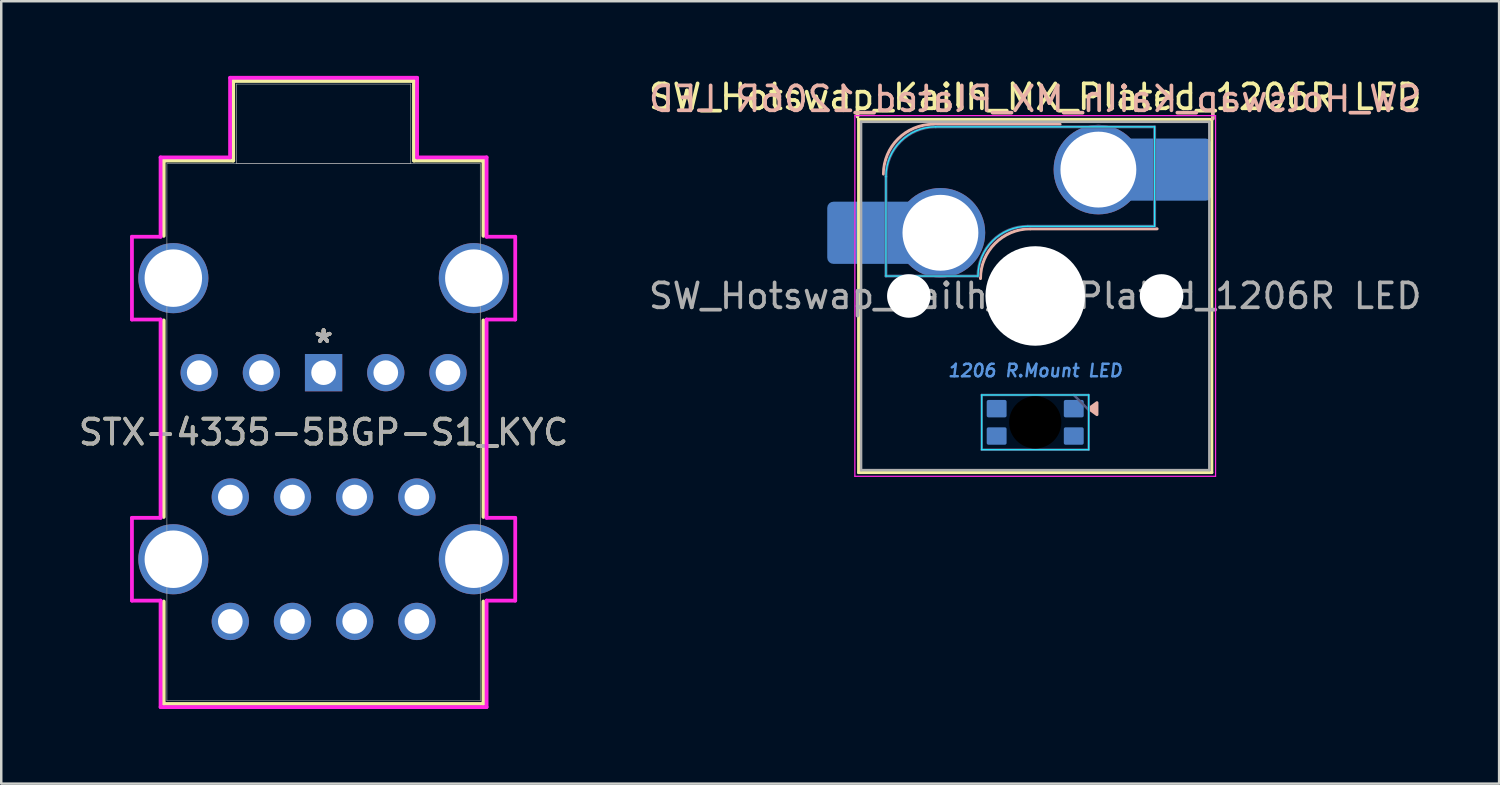
<source format=kicad_pcb>
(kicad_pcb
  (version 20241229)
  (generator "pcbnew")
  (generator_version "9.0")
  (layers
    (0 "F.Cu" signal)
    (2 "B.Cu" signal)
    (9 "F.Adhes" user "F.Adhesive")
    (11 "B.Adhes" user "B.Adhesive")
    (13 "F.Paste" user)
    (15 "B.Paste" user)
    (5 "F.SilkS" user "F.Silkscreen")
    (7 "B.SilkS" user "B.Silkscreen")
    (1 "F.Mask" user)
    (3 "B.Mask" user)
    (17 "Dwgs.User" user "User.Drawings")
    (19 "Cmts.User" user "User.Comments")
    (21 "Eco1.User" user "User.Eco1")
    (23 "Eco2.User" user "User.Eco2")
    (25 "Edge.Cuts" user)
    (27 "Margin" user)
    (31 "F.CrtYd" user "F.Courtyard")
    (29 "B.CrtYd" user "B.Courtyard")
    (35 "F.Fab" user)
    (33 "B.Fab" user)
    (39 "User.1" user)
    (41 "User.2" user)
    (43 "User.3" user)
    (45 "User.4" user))
  (footprint "STX-4335-5BGP-S1_KYC"
    (layer "F.Cu")
    (at 9.958 11.931)
    (property "Reference" "STX-4335-5BGP-S1_KYC" (at 0 2.395 0) (unlocked yes) (layer "F.SilkS") (effects (font (size 1 1) (thickness 0.15))))
    (attr through_hole)
    (fp_line (start -6.426 -8.527) (end -6.426 -5.499) (stroke (width 0.152) (type solid)) (layer "F.SilkS"))
    (fp_line (start -6.426 -2.101) (end -6.426 5.801) (stroke (width 0.152) (type solid)) (layer "F.SilkS"))
    (fp_line (start -6.426 9.199) (end -6.426 13.317) (stroke (width 0.152) (type solid)) (layer "F.SilkS"))
    (fp_line (start -6.426 13.317) (end 6.426 13.317) (stroke (width 0.152) (type solid)) (layer "F.SilkS"))
    (fp_line (start -3.632 -11.727) (end -3.632 -8.527) (stroke (width 0.152) (type solid)) (layer "F.SilkS"))
    (fp_line (start -3.632 -8.527) (end -6.426 -8.527) (stroke (width 0.152) (type solid)) (layer "F.SilkS"))
    (fp_line (start 3.632 -11.727) (end -3.632 -11.727) (stroke (width 0.152) (type solid)) (layer "F.SilkS"))
    (fp_line (start 3.632 -8.527) (end 3.632 -11.727) (stroke (width 0.152) (type solid)) (layer "F.SilkS"))
    (fp_line (start 6.426 -8.527) (end 3.632 -8.527) (stroke (width 0.152) (type solid)) (layer "F.SilkS"))
    (fp_line (start 6.426 -5.499) (end 6.426 -8.527) (stroke (width 0.152) (type solid)) (layer "F.SilkS"))
    (fp_line (start 6.426 5.801) (end 6.426 -2.101) (stroke (width 0.152) (type solid)) (layer "F.SilkS"))
    (fp_line (start 6.426 13.317) (end 6.426 9.199) (stroke (width 0.152) (type solid)) (layer "F.SilkS"))
    (fp_line (start -7.704 -5.464) (end -7.704 -2.136) (stroke (width 0.152) (type solid)) (layer "F.CrtYd"))
    (fp_line (start -7.704 -2.136) (end -6.553 -2.136) (stroke (width 0.152) (type solid)) (layer "F.CrtYd"))
    (fp_line (start -7.704 5.836) (end -7.704 9.164) (stroke (width 0.152) (type solid)) (layer "F.CrtYd"))
    (fp_line (start -7.704 9.164) (end -6.553 9.164) (stroke (width 0.152) (type solid)) (layer "F.CrtYd"))
    (fp_line (start -6.553 -8.654) (end -6.553 -5.464) (stroke (width 0.152) (type solid)) (layer "F.CrtYd"))
    (fp_line (start -6.553 -5.464) (end -7.704 -5.464) (stroke (width 0.152) (type solid)) (layer "F.CrtYd"))
    (fp_line (start -6.553 -2.136) (end -6.553 5.836) (stroke (width 0.152) (type solid)) (layer "F.CrtYd"))
    (fp_line (start -6.553 5.836) (end -7.704 5.836) (stroke (width 0.152) (type solid)) (layer "F.CrtYd"))
    (fp_line (start -6.553 9.164) (end -6.553 13.444) (stroke (width 0.152) (type solid)) (layer "F.CrtYd"))
    (fp_line (start -6.553 13.444) (end 6.553 13.444) (stroke (width 0.152) (type solid)) (layer "F.CrtYd"))
    (fp_line (start -3.759 -11.854) (end -3.759 -8.654) (stroke (width 0.152) (type solid)) (layer "F.CrtYd"))
    (fp_line (start -3.759 -8.654) (end -6.553 -8.654) (stroke (width 0.152) (type solid)) (layer "F.CrtYd"))
    (fp_line (start 3.759 -11.854) (end -3.759 -11.854) (stroke (width 0.152) (type solid)) (layer "F.CrtYd"))
    (fp_line (start 3.759 -8.654) (end 3.759 -11.854) (stroke (width 0.152) (type solid)) (layer "F.CrtYd"))
    (fp_line (start 6.553 -8.654) (end 3.759 -8.654) (stroke (width 0.152) (type solid)) (layer "F.CrtYd"))
    (fp_line (start 6.553 -5.464) (end 6.553 -8.654) (stroke (width 0.152) (type solid)) (layer "F.CrtYd"))
    (fp_line (start 6.553 -2.136) (end 7.704 -2.136) (stroke (width 0.152) (type solid)) (layer "F.CrtYd"))
    (fp_line (start 6.553 5.836) (end 6.553 -2.136) (stroke (width 0.152) (type solid)) (layer "F.CrtYd"))
    (fp_line (start 6.553 9.164) (end 7.704 9.164) (stroke (width 0.152) (type solid)) (layer "F.CrtYd"))
    (fp_line (start 6.553 13.444) (end 6.553 9.164) (stroke (width 0.152) (type solid)) (layer "F.CrtYd"))
    (fp_line (start 7.704 -5.464) (end 6.553 -5.464) (stroke (width 0.152) (type solid)) (layer "F.CrtYd"))
    (fp_line (start 7.704 -2.136) (end 7.704 -5.464) (stroke (width 0.152) (type solid)) (layer "F.CrtYd"))
    (fp_line (start 7.704 5.836) (end 6.553 5.836) (stroke (width 0.152) (type solid)) (layer "F.CrtYd"))
    (fp_line (start 7.704 9.164) (end 7.704 5.836) (stroke (width 0.152) (type solid)) (layer "F.CrtYd"))
    (fp_line (start -6.299 -8.4) (end -6.299 13.19) (stroke (width 0.025) (type solid)) (layer "F.Fab"))
    (fp_line (start -6.299 13.19) (end 6.299 13.19) (stroke (width 0.025) (type solid)) (layer "F.Fab"))
    (fp_line (start -3.505 -11.6) (end -3.505 -8.4) (stroke (width 0.025) (type solid)) (layer "F.Fab"))
    (fp_line (start -3.505 -8.4) (end 3.505 -8.4) (stroke (width 0.025) (type solid)) (layer "F.Fab"))
    (fp_line (start 3.505 -11.6) (end -3.505 -11.6) (stroke (width 0.025) (type solid)) (layer "F.Fab"))
    (fp_line (start 3.505 -8.4) (end 3.505 -11.6) (stroke (width 0.025) (type solid)) (layer "F.Fab"))
    (fp_line (start 6.299 -8.4) (end -6.299 -8.4) (stroke (width 0.025) (type solid)) (layer "F.Fab"))
    (fp_line (start 6.299 13.19) (end 6.299 -8.4) (stroke (width 0.025) (type solid)) (layer "F.Fab"))
    (fp_text user "*" (at 0 -1.161 0) (unlocked yes) (layer "F.SilkS") (effects (font (size 1 1) (thickness 0.15))))
    (fp_text user "*" (at 0 -1.161 0) (layer "F.SilkS") (effects (font (size 1 1) (thickness 0.15))))
    (fp_text user "*" (at 0 -1.161 0) (unlocked yes) (layer "B.SilkS") (effects (font (size 1 1) (thickness 0.15))))
    (fp_text user "*" (at 0 -1.161 0) (unlocked yes) (layer "F.Fab") (effects (font (size 1 1) (thickness 0.15))))
    (fp_text user "*" (at 0 -1.161 0) (layer "F.Fab") (effects (font (size 1 1) (thickness 0.15))))
    (fp_text user "${REFERENCE}" (at 0 2.395 0) (unlocked yes) (layer "F.Fab") (effects (font (size 1 1) (thickness 0.15))))
    (pad "1" thru_hole rect (at 0 0) (size 1.499 1.499) (drill 0.991) (layers "*.Cu" "*.Mask"))
    (pad "2" thru_hole circle (at 5 0) (size 1.499 1.499) (drill 0.991) (layers "*.Cu" "*.Mask"))
    (pad "3" thru_hole circle (at 2.5 0) (size 1.499 1.499) (drill 0.991) (layers "*.Cu" "*.Mask"))
    (pad "4" thru_hole circle (at -2.5 0) (size 1.499 1.499) (drill 0.991) (layers "*.Cu" "*.Mask"))
    (pad "5" thru_hole circle (at -5 0) (size 1.499 1.499) (drill 0.991) (layers "*.Cu" "*.Mask"))
    (pad "22" thru_hole circle (at 3.75 5) (size 1.499 1.499) (drill 0.991) (layers "*.Cu" "*.Mask"))
    (pad "23" thru_hole circle (at 1.25 5) (size 1.499 1.499) (drill 0.991) (layers "*.Cu" "*.Mask"))
    (pad "24" thru_hole circle (at -1.25 5) (size 1.499 1.499) (drill 0.991) (layers "*.Cu" "*.Mask"))
    (pad "25" thru_hole circle (at -3.75 5) (size 1.499 1.499) (drill 0.991) (layers "*.Cu" "*.Mask"))
    (pad "32" thru_hole circle (at 3.75 10) (size 1.499 1.499) (drill 0.991) (layers "*.Cu" "*.Mask"))
    (pad "33" thru_hole circle (at 1.25 10) (size 1.499 1.499) (drill 0.991) (layers "*.Cu" "*.Mask"))
    (pad "34" thru_hole circle (at -1.25 10) (size 1.499 1.499) (drill 0.991) (layers "*.Cu" "*.Mask"))
    (pad "35" thru_hole circle (at -3.75 10) (size 1.499 1.499) (drill 0.991) (layers "*.Cu" "*.Mask"))
    (pad "M1" thru_hole circle (at -6.04 -3.8) (size 2.819 2.819) (drill 2.311) (layers "*.Cu" "*.Mask"))
    (pad "M2" thru_hole circle (at 6.04 -3.8) (size 2.819 2.819) (drill 2.311) (layers "*.Cu" "*.Mask"))
    (pad "M3" thru_hole circle (at -6.04 7.5) (size 2.819 2.819) (drill 2.311) (layers "*.Cu" "*.Mask"))
    (pad "M4" thru_hole circle (at 6.04 7.5) (size 2.819 2.819) (drill 2.311) (layers "*.Cu" "*.Mask")))
  (footprint "SW_Hotswap_Kailh_MX_Plated_1206R LED"
    (layer "F.Cu")
    (at 38.565 8.848)
    (property "Reference" "SW_Hotswap_Kailh_MX_Plated_1206R LED" (at 0 -8 0) (layer "F.SilkS") (effects (font (size 1 1) (thickness 0.15))))
    (attr smd)
    (fp_line (start -7.1 -7.1) (end -7.1 7.1) (stroke (width 0.12) (type solid)) (layer "F.SilkS"))
    (fp_line (start -7.1 7.1) (end 7.1 7.1) (stroke (width 0.12) (type solid)) (layer "F.SilkS"))
    (fp_line (start 7.1 -7.1) (end -7.1 -7.1) (stroke (width 0.12) (type solid)) (layer "F.SilkS"))
    (fp_line (start 7.1 7.1) (end 7.1 -7.1) (stroke (width 0.12) (type solid)) (layer "F.SilkS"))
    (fp_line (start -4.1 -6.9) (end 1 -6.9) (stroke (width 0.12) (type solid)) (layer "B.SilkS"))
    (fp_line (start -0.2 -2.7) (end 4.9 -2.7) (stroke (width 0.12) (type solid)) (layer "B.SilkS"))
    (fp_arc (start -6.1 -4.9) (mid -5.514214 -6.314214) (end -4.1 -6.9) (stroke (width 0.12) (type solid)) (layer "B.SilkS"))
    (fp_arc (start -2.2 -0.7) (mid -1.614214 -2.114214) (end -0.2 -2.7) (stroke (width 0.12) (type solid)) (layer "B.SilkS"))
    (fp_poly (pts (xy 2.152 4.53) (xy 2.482 4.77) (xy 2.482 4.29) (xy 2.152 4.53)) (stroke (width 0.12) (type solid)) (fill yes) (layer "B.SilkS"))
    (fp_line (start -7.8 -6) (end -7 -6) (stroke (width 0.1) (type solid)) (layer "Eco1.User"))
    (fp_line (start -7.8 -2.9) (end -7.8 -6) (stroke (width 0.1) (type solid)) (layer "Eco1.User"))
    (fp_line (start -7.8 2.9) (end -7 2.9) (stroke (width 0.1) (type solid)) (layer "Eco1.User"))
    (fp_line (start -7.8 6) (end -7.8 2.9) (stroke (width 0.1) (type solid)) (layer "Eco1.User"))
    (fp_line (start -7 -7) (end 7 -7) (stroke (width 0.1) (type solid)) (layer "Eco1.User"))
    (fp_line (start -7 -6) (end -7 -7) (stroke (width 0.1) (type solid)) (layer "Eco1.User"))
    (fp_line (start -7 -2.9) (end -7.8 -2.9) (stroke (width 0.1) (type solid)) (layer "Eco1.User"))
    (fp_line (start -7 2.9) (end -7 -2.9) (stroke (width 0.1) (type solid)) (layer "Eco1.User"))
    (fp_line (start -7 6) (end -7.8 6) (stroke (width 0.1) (type solid)) (layer "Eco1.User"))
    (fp_line (start -7 7) (end -7 6) (stroke (width 0.1) (type solid)) (layer "Eco1.User"))
    (fp_line (start 7 -7) (end 7 -6) (stroke (width 0.1) (type solid)) (layer "Eco1.User"))
    (fp_line (start 7 -6) (end 7.8 -6) (stroke (width 0.1) (type solid)) (layer "Eco1.User"))
    (fp_line (start 7 -2.9) (end 7 2.9) (stroke (width 0.1) (type solid)) (layer "Eco1.User"))
    (fp_line (start 7 2.9) (end 7.8 2.9) (stroke (width 0.1) (type solid)) (layer "Eco1.User"))
    (fp_line (start 7 6) (end 7 7) (stroke (width 0.1) (type solid)) (layer "Eco1.User"))
    (fp_line (start 7 7) (end -7 7) (stroke (width 0.1) (type solid)) (layer "Eco1.User"))
    (fp_line (start 7.8 -6) (end 7.8 -2.9) (stroke (width 0.1) (type solid)) (layer "Eco1.User"))
    (fp_line (start 7.8 -2.9) (end 7 -2.9) (stroke (width 0.1) (type solid)) (layer "Eco1.User"))
    (fp_line (start 7.8 2.9) (end 7.8 6) (stroke (width 0.1) (type solid)) (layer "Eco1.User"))
    (fp_line (start 7.8 6) (end 7 6) (stroke (width 0.1) (type solid)) (layer "Eco1.User"))
    (fp_line (start -6 -0.8) (end -6 -4.8) (stroke (width 0.05) (type solid)) (layer "B.CrtYd"))
    (fp_line (start -6 -0.8) (end -2.3 -0.8) (stroke (width 0.05) (type solid)) (layer "B.CrtYd"))
    (fp_line (start -4 -6.8) (end 4.8 -6.8) (stroke (width 0.05) (type solid)) (layer "B.CrtYd"))
    (fp_line (start -2.15 3.98) (end -2.15 6.18) (stroke (width 0.05) (type solid)) (layer "B.CrtYd"))
    (fp_line (start -2.15 6.18) (end 2.15 6.18) (stroke (width 0.05) (type solid)) (layer "B.CrtYd"))
    (fp_line (start -0.3 -2.8) (end 4.8 -2.8) (stroke (width 0.05) (type solid)) (layer "B.CrtYd"))
    (fp_line (start 2.15 3.98) (end -2.15 3.98) (stroke (width 0.05) (type solid)) (layer "B.CrtYd"))
    (fp_line (start 2.15 6.18) (end 2.15 3.98) (stroke (width 0.05) (type solid)) (layer "B.CrtYd"))
    (fp_line (start 4.8 -6.8) (end 4.8 -2.8) (stroke (width 0.05) (type solid)) (layer "B.CrtYd"))
    (fp_arc (start -6 -4.8) (mid -5.414214 -6.214214) (end -4 -6.8) (stroke (width 0.05) (type solid)) (layer "B.CrtYd"))
    (fp_arc (start -2.3 -0.8) (mid -1.714214 -2.214214) (end -0.3 -2.8) (stroke (width 0.05) (type solid)) (layer "B.CrtYd"))
    (fp_line (start -7.25 -7.25) (end -7.25 7.25) (stroke (width 0.05) (type solid)) (layer "F.CrtYd"))
    (fp_line (start -7.25 7.25) (end 7.25 7.25) (stroke (width 0.05) (type solid)) (layer "F.CrtYd"))
    (fp_line (start 7.25 -7.25) (end -7.25 -7.25) (stroke (width 0.05) (type solid)) (layer "F.CrtYd"))
    (fp_line (start 7.25 7.25) (end 7.25 -7.25) (stroke (width 0.05) (type solid)) (layer "F.CrtYd"))
    (fp_line (start -6 -0.8) (end -6 -4.8) (stroke (width 0.12) (type solid)) (layer "B.Fab"))
    (fp_line (start -6 -0.8) (end -2.3 -0.8) (stroke (width 0.12) (type solid)) (layer "B.Fab"))
    (fp_line (start -4 -6.8) (end 4.8 -6.8) (stroke (width 0.12) (type solid)) (layer "B.Fab"))
    (fp_line (start -2.15 3.98) (end -2.15 6.18) (stroke (width 0.1) (type default)) (layer "B.Fab"))
    (fp_line (start -2.15 6.18) (end 2.15 6.18) (stroke (width 0.1) (type default)) (layer "B.Fab"))
    (fp_line (start -0.3 -2.8) (end 4.8 -2.8) (stroke (width 0.12) (type solid)) (layer "B.Fab"))
    (fp_line (start 2.15 3.98) (end -2.15 3.98) (stroke (width 0.1) (type default)) (layer "B.Fab"))
    (fp_line (start 2.15 4.58) (end 1.55 3.98) (stroke (width 0.1) (type default)) (layer "B.Fab"))
    (fp_line (start 2.15 6.18) (end 2.15 3.98) (stroke (width 0.1) (type default)) (layer "B.Fab"))
    (fp_line (start 4.8 -6.8) (end 4.8 -2.8) (stroke (width 0.12) (type solid)) (layer "B.Fab"))
    (fp_arc (start -6 -4.8) (mid -5.414214 -6.214214) (end -4 -6.8) (stroke (width 0.12) (type solid)) (layer "B.Fab"))
    (fp_arc (start -2.3 -0.8) (mid -1.714214 -2.214214) (end -0.3 -2.8) (stroke (width 0.12) (type solid)) (layer "B.Fab"))
    (fp_line (start -7 -7) (end -7 7) (stroke (width 0.1) (type solid)) (layer "F.Fab"))
    (fp_line (start -7 7) (end 7 7) (stroke (width 0.1) (type solid)) (layer "F.Fab"))
    (fp_line (start 7 -7) (end -7 -7) (stroke (width 0.1) (type solid)) (layer "F.Fab"))
    (fp_line (start 7 7) (end 7 -7) (stroke (width 0.1) (type solid)) (layer "F.Fab"))
    (fp_text user "${REFERENCE}" (at 0 -7.92 0) (layer "B.SilkS") (effects (font (size 1 1) (thickness 0.15)) (justify mirror)))
    (fp_text user "1206 R.Mount LED" (at 0 3 0) (layer "Cmts.User") (effects (font (size 0.5 0.5) (thickness 0.1) (italic yes))))
    (fp_text user "${REFERENCE}" (at 0 0 0) (layer "F.Fab") (effects (font (size 1 1) (thickness 0.15))))
    (pad "" smd roundrect (at -7.085 -2.54) (size 2.55 2.5) (layers "B.Mask" "B.Paste") (roundrect_rratio 0.1))
    (pad "" np_thru_hole circle (at -5.08 0) (size 1.75 1.75) (drill 1.75) (layers "*.Cu" "*.Mask"))
    (pad "" np_thru_hole circle (at 0 0) (size 4 4) (drill 4) (layers "*.Cu" "*.Mask"))
    (pad "" np_thru_hole circle (at 0 5.08 90) (size 2.1 2.1) (drill 2.1) (layers "*.Mask"))
    (pad "" np_thru_hole circle (at 5.08 0) (size 1.75 1.75) (drill 1.75) (layers "*.Cu" "*.Mask"))
    (pad "" smd roundrect (at 5.842 -5.08) (size 2.55 2.5) (layers "B.Mask" "B.Paste") (roundrect_rratio 0.1))
    (pad "1" smd roundrect (at -6.585 -2.54) (size 3.55 2.5) (layers "B.Cu") (roundrect_rratio 0.1))
    (pad "1" thru_hole circle (at -3.81 -2.54) (size 3.6 3.6) (drill 3.05) (layers "*.Cu" "*.Mask"))
    (pad "2" thru_hole circle (at 2.54 -5.08) (size 3.6 3.6) (drill 3.05) (layers "*.Cu" "*.Mask"))
    (pad "2" smd roundrect (at 5.32 -5.08) (size 3.55 2.5) (layers "B.Cu") (roundrect_rratio 0.1))
    (pad "L1" smd roundrect (at 1.55 4.53 90) (size 0.7 0.8) (layers "B.Cu" "B.Mask" "B.Paste") (roundrect_rratio 0.1))
    (pad "L2" smd roundrect (at 1.55 5.63 90) (size 0.7 0.8) (layers "B.Cu" "B.Mask" "B.Paste") (roundrect_rratio 0.1))
    (pad "L3" smd roundrect (at -1.55 5.63 90) (size 0.7 0.8) (layers "B.Cu" "B.Mask" "B.Paste") (roundrect_rratio 0.1))
    (pad "L4" smd roundrect (at -1.55 4.53 90) (size 0.7 0.8) (layers "B.Cu" "B.Mask" "B.Paste") (roundrect_rratio 0.1)))
  (gr_rect
    (start -3 -3)
    (end 57.214 28.451)
    (stroke (width 0.1) (type default))
    (fill no)
    (layer "Edge.Cuts")))
</source>
